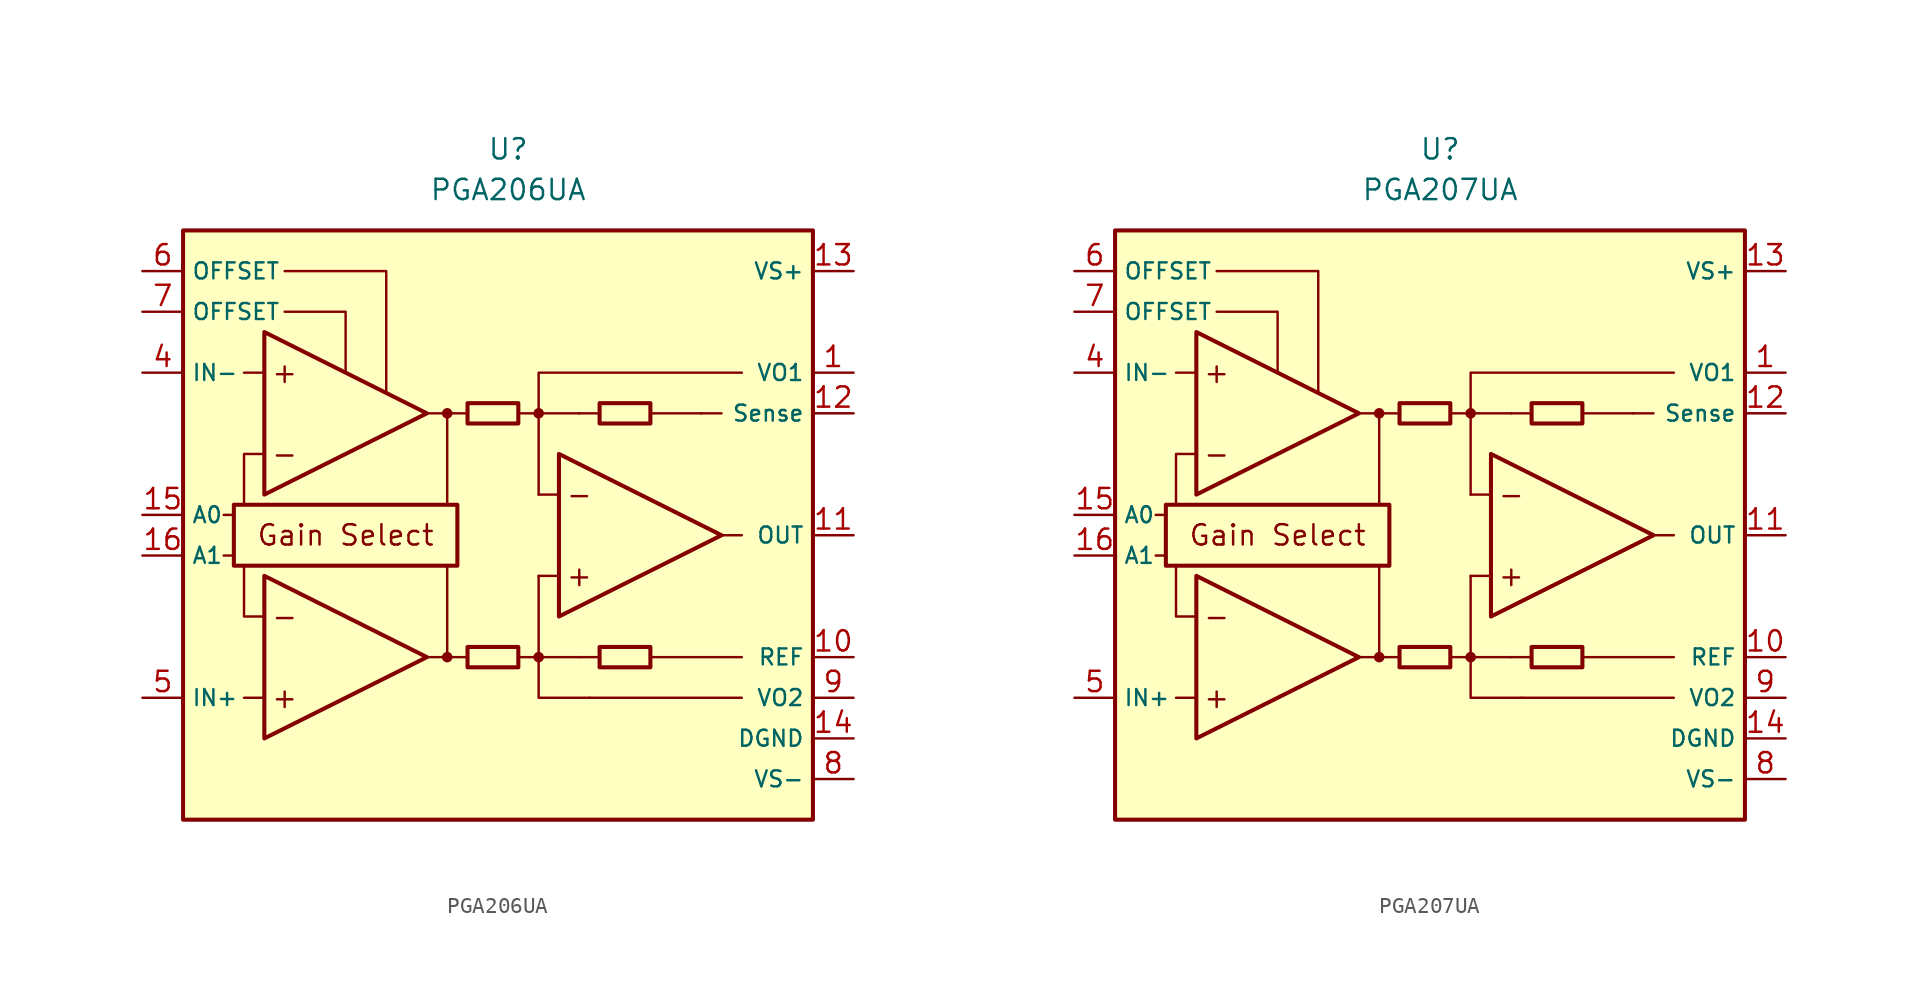
<source format=kicad_sym>
(kicad_symbol_lib
  (version 20211014)
  (generator kicad_symbol_editor)
  (symbol "PGA206UA"
    (property "Reference" "U"
      (at 0 22.86 0)
      (effects (font (size 1.27 1.27))))
    (property "Value" "PGA206UA"
      (at 0 20.32 0)
      (effects (font (size 1.27 1.27))))
    (symbol "PGA206UA_0_0"
      (rectangle (start -20.32 17.78) (end 19.05 -19.05) (stroke (width 0.254) (type default) (color 0 0 0 0)) (fill (type background)))
      (rectangle (start -17.145 0.635) (end -3.175 -3.175) (stroke (width 0.254) (type default) (color 0 0 0 0)) (fill (type none)))
      (circle (center -3.81 -8.89) (radius 0.254) (stroke (width 0.152) (type default) (color 0 0 0 0)) (fill (type outline)))
      (circle (center -3.81 6.35) (radius 0.254) (stroke (width 0.152) (type default) (color 0 0 0 0)) (fill (type outline)))
      (polyline (pts (xy -1.27 -8.89)) (stroke (width 0.152) (type default) (color 0 0 0 0)) (fill (type none)))
      (polyline (pts (xy -1.27 6.35)) (stroke (width 0.152) (type default) (color 0 0 0 0)) (fill (type none)))
      (polyline (pts (xy 5.715 6.35)) (stroke (width 0.152) (type default) (color 0 0 0 0)) (fill (type none)))
      (polyline (pts (xy -17.145 -2.54) (xy -17.78 -2.54)) (stroke (width 0.152) (type default) (color 0 0 0 0)) (fill (type none)))
      (polyline (pts (xy -17.145 0) (xy -17.78 0)) (stroke (width 0.152) (type default) (color 0 0 0 0)) (fill (type none)))
      (polyline (pts (xy -15.24 -11.43) (xy -16.51 -11.43)) (stroke (width 0.152) (type default) (color 0 0 0 0)) (fill (type none)))
      (polyline (pts (xy -15.24 8.89) (xy -16.51 8.89)) (stroke (width 0.152) (type default) (color 0 0 0 0)) (fill (type none)))
      (polyline (pts (xy -5.08 -8.89) (xy -2.54 -8.89)) (stroke (width 0.152) (type default) (color 0 0 0 0)) (fill (type none)))
      (polyline (pts (xy -5.08 6.35) (xy -2.54 6.35)) (stroke (width 0.152) (type default) (color 0 0 0 0)) (fill (type none)))
      (polyline (pts (xy -3.81 -8.89) (xy -3.81 -3.175)) (stroke (width 0.152) (type default) (color 0 0 0 0)) (fill (type none)))
      (polyline (pts (xy -3.81 0.635) (xy -3.81 6.35)) (stroke (width 0.152) (type default) (color 0 0 0 0)) (fill (type none)))
      (polyline (pts (xy 0.635 -8.89) (xy 1.905 -8.89)) (stroke (width 0.152) (type default) (color 0 0 0 0)) (fill (type none)))
      (polyline (pts (xy 0.635 6.35) (xy 1.905 6.35)) (stroke (width 0.152) (type default) (color 0 0 0 0)) (fill (type none)))
      (polyline (pts (xy 3.175 -3.81) (xy 1.905 -3.81)) (stroke (width 0.152) (type default) (color 0 0 0 0)) (fill (type none)))
      (polyline (pts (xy 3.175 1.27) (xy 1.905 1.27)) (stroke (width 0.152) (type default) (color 0 0 0 0)) (fill (type none)))
      (polyline (pts (xy 4.445 -8.89) (xy 1.905 -8.89)) (stroke (width 0.152) (type default) (color 0 0 0 0)) (fill (type none)))
      (polyline (pts (xy 4.445 -8.89) (xy 5.715 -8.89)) (stroke (width 0.152) (type default) (color 0 0 0 0)) (fill (type none)))
      (polyline (pts (xy 4.445 6.35) (xy 1.905 6.35)) (stroke (width 0.152) (type default) (color 0 0 0 0)) (fill (type none)))
      (polyline (pts (xy 4.445 6.35) (xy 5.715 6.35)) (stroke (width 0.152) (type default) (color 0 0 0 0)) (fill (type none)))
      (polyline (pts (xy 8.89 -8.89) (xy 14.605 -8.89)) (stroke (width 0.152) (type default) (color 0 0 0 0)) (fill (type none)))
      (polyline (pts (xy 8.89 6.35) (xy 12.065 6.35)) (stroke (width 0.152) (type default) (color 0 0 0 0)) (fill (type none)))
      (polyline (pts (xy 12.065 6.35) (xy 13.335 6.35)) (stroke (width 0.152) (type default) (color 0 0 0 0)) (fill (type none)))
      (polyline (pts (xy 13.335 -1.27) (xy 14.605 -1.27)) (stroke (width 0.152) (type default) (color 0 0 0 0)) (fill (type none)))
      (polyline (pts (xy 14.605 -11.43) (xy 5.08 -11.43)) (stroke (width 0.152) (type default) (color 0 0 0 0)) (fill (type none)))
      (polyline (pts (xy -16.51 -3.175) (xy -16.51 -6.35) (xy -15.24 -6.35)) (stroke (width 0.152) (type default) (color 0 0 0 0)) (fill (type none)))
      (polyline (pts (xy -15.24 3.81) (xy -16.51 3.81) (xy -16.51 0.635)) (stroke (width 0.152) (type default) (color 0 0 0 0)) (fill (type none)))
      (polyline (pts (xy -13.97 12.7) (xy -10.16 12.7) (xy -10.16 8.89)) (stroke (width 0.152) (type default) (color 0 0 0 0)) (fill (type none)))
      (polyline (pts (xy -7.62 7.62) (xy -7.62 15.24) (xy -13.97 15.24)) (stroke (width 0.152) (type default) (color 0 0 0 0)) (fill (type none)))
      (polyline (pts (xy 1.905 -3.81) (xy 1.905 -11.43) (xy 5.08 -11.43)) (stroke (width 0.152) (type default) (color 0 0 0 0)) (fill (type none)))
      (polyline (pts (xy 14.605 8.89) (xy 1.905 8.89) (xy 1.905 1.27)) (stroke (width 0.152) (type default) (color 0 0 0 0)) (fill (type none)))
      (circle (center 1.905 -8.89) (radius 0.254) (stroke (width 0.152) (type default) (color 0 0 0 0)) (fill (type outline)))
      (circle (center 1.905 6.35) (radius 0.254) (stroke (width 0.152) (type default) (color 0 0 0 0)) (fill (type outline)))
      (text "+" (at -13.97 -11.43 0) (effects (font (size 1.27 1.27))))
      (text "+" (at -13.97 8.89 0) (effects (font (size 1.27 1.27))))
      (text "+" (at 4.445 -3.81 0) (effects (font (size 1.27 1.27))))
      (text "-" (at -13.97 -6.35 0) (effects (font (size 1.27 1.27))))
      (text "-" (at -13.97 3.81 0) (effects (font (size 1.27 1.27))))
      (text "-" (at 4.445 1.27 0) (effects (font (size 1.27 1.27))))
      (text "Gain Select" (at -10.16 -1.27 0) (effects (font (size 1.27 1.27)))))
    (symbol "PGA206UA_0_1"
      (rectangle (start -2.54 -8.255) (end 0.635 -9.525) (stroke (width 0.254) (type default) (color 0 0 0 0)) (fill (type none)))
      (rectangle (start -2.54 6.985) (end 0.635 5.715) (stroke (width 0.254) (type default) (color 0 0 0 0)) (fill (type none)))
      (polyline (pts (xy -15.24 -3.81) (xy -15.24 -13.97) (xy -5.08 -8.89) (xy -15.24 -3.81)) (stroke (width 0.254) (type default) (color 0 0 0 0)) (fill (type background)))
      (polyline (pts (xy -15.24 11.43) (xy -15.24 1.27) (xy -5.08 6.35) (xy -15.24 11.43)) (stroke (width 0.254) (type default) (color 0 0 0 0)) (fill (type background)))
      (polyline (pts (xy 3.175 3.81) (xy 3.175 -6.35) (xy 13.335 -1.27) (xy 3.175 3.81)) (stroke (width 0.254) (type default) (color 0 0 0 0)) (fill (type background)))
      (rectangle (start 5.715 -8.255) (end 8.89 -9.525) (stroke (width 0.254) (type default) (color 0 0 0 0)) (fill (type none)))
      (rectangle (start 5.715 6.985) (end 8.89 5.715) (stroke (width 0.254) (type default) (color 0 0 0 0)) (fill (type none))))
    (symbol "PGA206UA_1_1"
      (pin passive line (at 21.59 8.89 180) (length 2.54) (name "VO1" (effects (font (size 1 1)))) (number "1" (effects (font (size 1.27 1.27)))))
      (pin passive line (at 21.59 -8.89 180) (length 2.54) (name "REF" (effects (font (size 1 1)))) (number "10" (effects (font (size 1.27 1.27)))))
      (pin output line (at 21.59 -1.27 180) (length 2.54) (name "OUT" (effects (font (size 1 1)))) (number "11" (effects (font (size 1.27 1.27)))))
      (pin passive line (at 21.59 6.35 180) (length 2.54) (name "Sense" (effects (font (size 1 1)))) (number "12" (effects (font (size 1.27 1.27)))))
      (pin power_in line (at 21.59 15.24 180) (length 2.54) (name "VS+" (effects (font (size 1 1)))) (number "13" (effects (font (size 1.27 1.27)))))
      (pin power_in line (at 21.59 -13.97 180) (length 2.54) (name "DGND" (effects (font (size 1 1)))) (number "14" (effects (font (size 1.27 1.27)))))
      (pin input line (at -22.86 0 0) (length 2.54) (name "A0" (effects (font (size 1 1)))) (number "15" (effects (font (size 1.27 1.27)))))
      (pin input line (at -22.86 -2.54 0) (length 2.54) (name "A1" (effects (font (size 1 1)))) (number "16" (effects (font (size 1.27 1.27)))))
      (pin no_connect line (at -1.27 -12.7 0) (length 2.54) hide (name "NC" (effects (font (size 1.27 1.27)))) (number "2" (effects (font (size 1.27 1.27)))))
      (pin no_connect line (at -1.27 -15.24 0) (length 2.54) hide (name "NC" (effects (font (size 1.27 1.27)))) (number "3" (effects (font (size 1.27 1.27)))))
      (pin input line (at -22.86 8.89 0) (length 2.54) (name "IN-" (effects (font (size 1 1)))) (number "4" (effects (font (size 1.27 1.27)))))
      (pin input line (at -22.86 -11.43 0) (length 2.54) (name "IN+" (effects (font (size 1 1)))) (number "5" (effects (font (size 1.27 1.27)))))
      (pin passive line (at -22.86 15.24 0) (length 2.54) (name "OFFSET" (effects (font (size 1 1)))) (number "6" (effects (font (size 1.27 1.27)))))
      (pin passive line (at -22.86 12.7 0) (length 2.54) (name "OFFSET" (effects (font (size 1 1)))) (number "7" (effects (font (size 1.27 1.27)))))
      (pin power_in line (at 21.59 -16.51 180) (length 2.54) (name "VS-" (effects (font (size 1 1)))) (number "8" (effects (font (size 1.27 1.27)))))
      (pin passive line (at 21.59 -11.43 180) (length 2.54) (name "VO2" (effects (font (size 1 1)))) (number "9" (effects (font (size 1.27 1.27)))))))
  (symbol "PGA207UA"
    (property "Reference" "U"
      (at 0 22.86 0)
      (effects (font (size 1.27 1.27))))
    (property "Value" "PGA207UA"
      (at 0 20.32 0)
      (effects (font (size 1.27 1.27))))
    (symbol "PGA207UA_0_0"
      (rectangle (start -20.32 17.78) (end 19.05 -19.05) (stroke (width 0.254) (type default) (color 0 0 0 0)) (fill (type background)))
      (rectangle (start -17.145 0.635) (end -3.175 -3.175) (stroke (width 0.254) (type default) (color 0 0 0 0)) (fill (type none)))
      (circle (center -3.81 -8.89) (radius 0.254) (stroke (width 0.152) (type default) (color 0 0 0 0)) (fill (type outline)))
      (circle (center -3.81 6.35) (radius 0.254) (stroke (width 0.152) (type default) (color 0 0 0 0)) (fill (type outline)))
      (polyline (pts (xy -1.27 -8.89)) (stroke (width 0.152) (type default) (color 0 0 0 0)) (fill (type none)))
      (polyline (pts (xy -1.27 6.35)) (stroke (width 0.152) (type default) (color 0 0 0 0)) (fill (type none)))
      (polyline (pts (xy 5.715 6.35)) (stroke (width 0.152) (type default) (color 0 0 0 0)) (fill (type none)))
      (polyline (pts (xy -17.145 -2.54) (xy -17.78 -2.54)) (stroke (width 0.152) (type default) (color 0 0 0 0)) (fill (type none)))
      (polyline (pts (xy -17.145 0) (xy -17.78 0)) (stroke (width 0.152) (type default) (color 0 0 0 0)) (fill (type none)))
      (polyline (pts (xy -15.24 -11.43) (xy -16.51 -11.43)) (stroke (width 0.152) (type default) (color 0 0 0 0)) (fill (type none)))
      (polyline (pts (xy -15.24 8.89) (xy -16.51 8.89)) (stroke (width 0.152) (type default) (color 0 0 0 0)) (fill (type none)))
      (polyline (pts (xy -5.08 -8.89) (xy -2.54 -8.89)) (stroke (width 0.152) (type default) (color 0 0 0 0)) (fill (type none)))
      (polyline (pts (xy -5.08 6.35) (xy -2.54 6.35)) (stroke (width 0.152) (type default) (color 0 0 0 0)) (fill (type none)))
      (polyline (pts (xy -3.81 -8.89) (xy -3.81 -3.175)) (stroke (width 0.152) (type default) (color 0 0 0 0)) (fill (type none)))
      (polyline (pts (xy -3.81 0.635) (xy -3.81 6.35)) (stroke (width 0.152) (type default) (color 0 0 0 0)) (fill (type none)))
      (polyline (pts (xy 0.635 -8.89) (xy 1.905 -8.89)) (stroke (width 0.152) (type default) (color 0 0 0 0)) (fill (type none)))
      (polyline (pts (xy 0.635 6.35) (xy 1.905 6.35)) (stroke (width 0.152) (type default) (color 0 0 0 0)) (fill (type none)))
      (polyline (pts (xy 3.175 -3.81) (xy 1.905 -3.81)) (stroke (width 0.152) (type default) (color 0 0 0 0)) (fill (type none)))
      (polyline (pts (xy 3.175 1.27) (xy 1.905 1.27)) (stroke (width 0.152) (type default) (color 0 0 0 0)) (fill (type none)))
      (polyline (pts (xy 4.445 -8.89) (xy 1.905 -8.89)) (stroke (width 0.152) (type default) (color 0 0 0 0)) (fill (type none)))
      (polyline (pts (xy 4.445 -8.89) (xy 5.715 -8.89)) (stroke (width 0.152) (type default) (color 0 0 0 0)) (fill (type none)))
      (polyline (pts (xy 4.445 6.35) (xy 1.905 6.35)) (stroke (width 0.152) (type default) (color 0 0 0 0)) (fill (type none)))
      (polyline (pts (xy 4.445 6.35) (xy 5.715 6.35)) (stroke (width 0.152) (type default) (color 0 0 0 0)) (fill (type none)))
      (polyline (pts (xy 8.89 -8.89) (xy 14.605 -8.89)) (stroke (width 0.152) (type default) (color 0 0 0 0)) (fill (type none)))
      (polyline (pts (xy 8.89 6.35) (xy 12.065 6.35)) (stroke (width 0.152) (type default) (color 0 0 0 0)) (fill (type none)))
      (polyline (pts (xy 12.065 6.35) (xy 13.335 6.35)) (stroke (width 0.152) (type default) (color 0 0 0 0)) (fill (type none)))
      (polyline (pts (xy 13.335 -1.27) (xy 14.605 -1.27)) (stroke (width 0.152) (type default) (color 0 0 0 0)) (fill (type none)))
      (polyline (pts (xy 14.605 -11.43) (xy 5.08 -11.43)) (stroke (width 0.152) (type default) (color 0 0 0 0)) (fill (type none)))
      (polyline (pts (xy -16.51 -3.175) (xy -16.51 -6.35) (xy -15.24 -6.35)) (stroke (width 0.152) (type default) (color 0 0 0 0)) (fill (type none)))
      (polyline (pts (xy -15.24 3.81) (xy -16.51 3.81) (xy -16.51 0.635)) (stroke (width 0.152) (type default) (color 0 0 0 0)) (fill (type none)))
      (polyline (pts (xy -13.97 12.7) (xy -10.16 12.7) (xy -10.16 8.89)) (stroke (width 0.152) (type default) (color 0 0 0 0)) (fill (type none)))
      (polyline (pts (xy -7.62 7.62) (xy -7.62 15.24) (xy -13.97 15.24)) (stroke (width 0.152) (type default) (color 0 0 0 0)) (fill (type none)))
      (polyline (pts (xy 1.905 -3.81) (xy 1.905 -11.43) (xy 5.08 -11.43)) (stroke (width 0.152) (type default) (color 0 0 0 0)) (fill (type none)))
      (polyline (pts (xy 14.605 8.89) (xy 1.905 8.89) (xy 1.905 1.27)) (stroke (width 0.152) (type default) (color 0 0 0 0)) (fill (type none)))
      (circle (center 1.905 -8.89) (radius 0.254) (stroke (width 0.152) (type default) (color 0 0 0 0)) (fill (type outline)))
      (circle (center 1.905 6.35) (radius 0.254) (stroke (width 0.152) (type default) (color 0 0 0 0)) (fill (type outline)))
      (text "+" (at -13.97 -11.43 0) (effects (font (size 1.27 1.27))))
      (text "+" (at -13.97 8.89 0) (effects (font (size 1.27 1.27))))
      (text "+" (at 4.445 -3.81 0) (effects (font (size 1.27 1.27))))
      (text "-" (at -13.97 -6.35 0) (effects (font (size 1.27 1.27))))
      (text "-" (at -13.97 3.81 0) (effects (font (size 1.27 1.27))))
      (text "-" (at 4.445 1.27 0) (effects (font (size 1.27 1.27))))
      (text "Gain Select" (at -10.16 -1.27 0) (effects (font (size 1.27 1.27)))))
    (symbol "PGA207UA_0_1"
      (rectangle (start -2.54 -8.255) (end 0.635 -9.525) (stroke (width 0.254) (type default) (color 0 0 0 0)) (fill (type none)))
      (rectangle (start -2.54 6.985) (end 0.635 5.715) (stroke (width 0.254) (type default) (color 0 0 0 0)) (fill (type none)))
      (polyline (pts (xy -15.24 -3.81) (xy -15.24 -13.97) (xy -5.08 -8.89) (xy -15.24 -3.81)) (stroke (width 0.254) (type default) (color 0 0 0 0)) (fill (type background)))
      (polyline (pts (xy -15.24 11.43) (xy -15.24 1.27) (xy -5.08 6.35) (xy -15.24 11.43)) (stroke (width 0.254) (type default) (color 0 0 0 0)) (fill (type background)))
      (polyline (pts (xy 3.175 3.81) (xy 3.175 -6.35) (xy 13.335 -1.27) (xy 3.175 3.81)) (stroke (width 0.254) (type default) (color 0 0 0 0)) (fill (type background)))
      (rectangle (start 5.715 -8.255) (end 8.89 -9.525) (stroke (width 0.254) (type default) (color 0 0 0 0)) (fill (type none)))
      (rectangle (start 5.715 6.985) (end 8.89 5.715) (stroke (width 0.254) (type default) (color 0 0 0 0)) (fill (type none))))
    (symbol "PGA207UA_1_1"
      (pin passive line (at 21.59 8.89 180) (length 2.54) (name "VO1" (effects (font (size 1 1)))) (number "1" (effects (font (size 1.27 1.27)))))
      (pin passive line (at 21.59 -8.89 180) (length 2.54) (name "REF" (effects (font (size 1 1)))) (number "10" (effects (font (size 1.27 1.27)))))
      (pin output line (at 21.59 -1.27 180) (length 2.54) (name "OUT" (effects (font (size 1 1)))) (number "11" (effects (font (size 1.27 1.27)))))
      (pin passive line (at 21.59 6.35 180) (length 2.54) (name "Sense" (effects (font (size 1 1)))) (number "12" (effects (font (size 1.27 1.27)))))
      (pin power_in line (at 21.59 15.24 180) (length 2.54) (name "VS+" (effects (font (size 1 1)))) (number "13" (effects (font (size 1.27 1.27)))))
      (pin power_in line (at 21.59 -13.97 180) (length 2.54) (name "DGND" (effects (font (size 1 1)))) (number "14" (effects (font (size 1.27 1.27)))))
      (pin input line (at -22.86 0 0) (length 2.54) (name "A0" (effects (font (size 1 1)))) (number "15" (effects (font (size 1.27 1.27)))))
      (pin input line (at -22.86 -2.54 0) (length 2.54) (name "A1" (effects (font (size 1 1)))) (number "16" (effects (font (size 1.27 1.27)))))
      (pin no_connect line (at -1.27 -12.7 0) (length 2.54) hide (name "NC" (effects (font (size 1.27 1.27)))) (number "2" (effects (font (size 1.27 1.27)))))
      (pin no_connect line (at -1.27 -15.24 0) (length 2.54) hide (name "NC" (effects (font (size 1.27 1.27)))) (number "3" (effects (font (size 1.27 1.27)))))
      (pin input line (at -22.86 8.89 0) (length 2.54) (name "IN-" (effects (font (size 1 1)))) (number "4" (effects (font (size 1.27 1.27)))))
      (pin input line (at -22.86 -11.43 0) (length 2.54) (name "IN+" (effects (font (size 1 1)))) (number "5" (effects (font (size 1.27 1.27)))))
      (pin passive line (at -22.86 15.24 0) (length 2.54) (name "OFFSET" (effects (font (size 1 1)))) (number "6" (effects (font (size 1.27 1.27)))))
      (pin passive line (at -22.86 12.7 0) (length 2.54) (name "OFFSET" (effects (font (size 1 1)))) (number "7" (effects (font (size 1.27 1.27)))))
      (pin power_in line (at 21.59 -16.51 180) (length 2.54) (name "VS-" (effects (font (size 1 1)))) (number "8" (effects (font (size 1.27 1.27)))))
      (pin passive line (at 21.59 -11.43 180) (length 2.54) (name "VO2" (effects (font (size 1 1)))) (number "9" (effects (font (size 1.27 1.27))))))))
</source>
